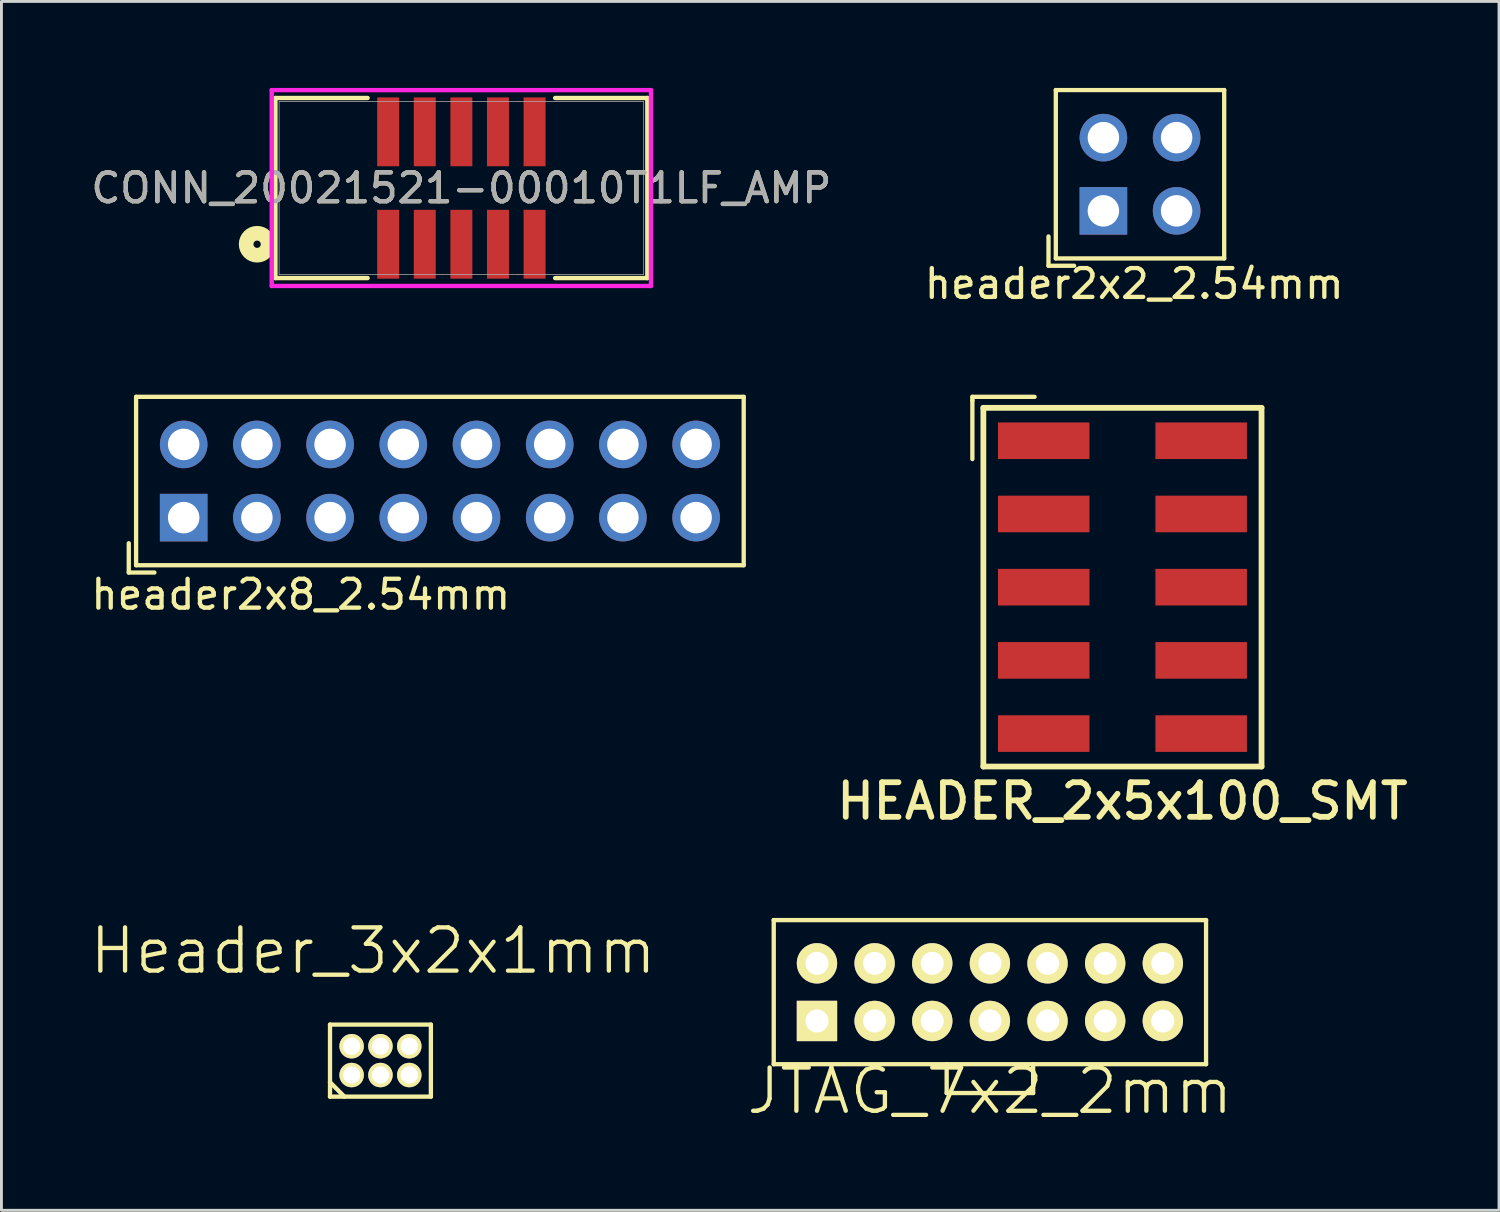
<source format=kicad_pcb>
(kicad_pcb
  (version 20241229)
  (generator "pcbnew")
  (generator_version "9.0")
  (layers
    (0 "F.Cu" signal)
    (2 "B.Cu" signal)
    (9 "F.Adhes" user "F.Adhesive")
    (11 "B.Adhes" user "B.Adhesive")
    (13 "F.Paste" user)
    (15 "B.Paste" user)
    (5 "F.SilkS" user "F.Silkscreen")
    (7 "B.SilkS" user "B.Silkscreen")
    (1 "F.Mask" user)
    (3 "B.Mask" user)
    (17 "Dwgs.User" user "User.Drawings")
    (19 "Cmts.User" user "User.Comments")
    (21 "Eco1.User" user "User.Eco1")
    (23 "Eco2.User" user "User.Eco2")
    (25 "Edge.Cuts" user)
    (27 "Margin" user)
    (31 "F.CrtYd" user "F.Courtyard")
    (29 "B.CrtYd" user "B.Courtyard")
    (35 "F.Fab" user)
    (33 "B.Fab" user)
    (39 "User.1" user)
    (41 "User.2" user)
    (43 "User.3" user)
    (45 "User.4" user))
  (footprint "HEADER_2x5x100_SMT"
    (layer "F.Cu")
    (at 35.895 17.323)
    (property "Reference" "HEADER_2x5x100_SMT" (at 0 7.423 0) (layer "F.SilkS") (effects (font (size 1.2 1.2) (thickness 0.2))))
    (attr through_hole)
    (fp_line (start -5.207 -6.604) (end -3.048 -6.604) (stroke (width 0.15) (type solid)) (layer "F.SilkS"))
    (fp_line (start -5.207 -6.477) (end -5.207 -6.604) (stroke (width 0.15) (type solid)) (layer "F.SilkS"))
    (fp_line (start -5.207 -4.445) (end -5.207 -6.477) (stroke (width 0.15) (type solid)) (layer "F.SilkS"))
    (fp_line (start -4.826 -6.223) (end -4.826 6.223) (stroke (width 0.2) (type solid)) (layer "F.SilkS"))
    (fp_line (start -4.826 6.223) (end 4.826 6.223) (stroke (width 0.2) (type solid)) (layer "F.SilkS"))
    (fp_line (start 4.826 -6.223) (end -4.826 -6.223) (stroke (width 0.2) (type solid)) (layer "F.SilkS"))
    (fp_line (start 4.826 6.223) (end 4.826 -6.223) (stroke (width 0.2) (type solid)) (layer "F.SilkS"))
    (pad "1" smd rect (at -2.731 -5.08) (size 3.175 1.27) (layers "F.Cu" "F.Mask" "F.Paste"))
    (pad "2" smd rect (at 2.731 -5.08) (size 3.175 1.27) (layers "F.Cu" "F.Mask" "F.Paste"))
    (pad "3" smd rect (at -2.731 -2.54) (size 3.175 1.27) (layers "F.Cu" "F.Mask" "F.Paste"))
    (pad "4" smd rect (at 2.731 -2.54) (size 3.175 1.27) (layers "F.Cu" "F.Mask" "F.Paste"))
    (pad "5" smd rect (at -2.731 0) (size 3.175 1.27) (layers "F.Cu" "F.Mask" "F.Paste"))
    (pad "6" smd rect (at 2.731 0) (size 3.175 1.27) (layers "F.Cu" "F.Mask" "F.Paste"))
    (pad "7" smd rect (at -2.731 2.54) (size 3.175 1.27) (layers "F.Cu" "F.Mask" "F.Paste"))
    (pad "8" smd rect (at 2.731 2.54) (size 3.175 1.27) (layers "F.Cu" "F.Mask" "F.Paste"))
    (pad "9" smd rect (at -2.731 5.08) (size 3.175 1.27) (layers "F.Cu" "F.Mask" "F.Paste"))
    (pad "10" smd rect (at 2.731 5.08) (size 3.175 1.27) (layers "F.Cu" "F.Mask" "F.Paste")))
  (footprint "JTAG_7x2_2mm"
    (layer "F.Cu")
    (at 31.296 31.374)
    (property "Reference" "JTAG_7x2_2mm" (at 0 3.429 0) (layer "F.SilkS") (effects (font (size 1.5 1.5) (thickness 0.15))))
    (attr through_hole)
    (fp_line (start -7.5 -2.5) (end 7.5 -2.5) (stroke (width 0.15) (type solid)) (layer "F.SilkS"))
    (fp_line (start -7.5 2.5) (end -7.5 -2.5) (stroke (width 0.15) (type solid)) (layer "F.SilkS"))
    (fp_line (start -1.5 2.5) (end -1.5 3.5) (stroke (width 0.15) (type solid)) (layer "F.SilkS"))
    (fp_line (start -1.5 3.5) (end 1.5 3.5) (stroke (width 0.15) (type solid)) (layer "F.SilkS"))
    (fp_line (start 1.5 3.5) (end 1.5 2.5) (stroke (width 0.15) (type solid)) (layer "F.SilkS"))
    (fp_line (start 7.5 -2.5) (end 7.5 2.5) (stroke (width 0.15) (type solid)) (layer "F.SilkS"))
    (fp_line (start 7.5 2.5) (end -7.5 2.5) (stroke (width 0.15) (type solid)) (layer "F.SilkS"))
    (pad "1" thru_hole rect (at -6 1) (size 1.4 1.4) (drill 0.8) (layers "*.Cu" "*.Mask" "F.SilkS"))
    (pad "2" thru_hole circle (at -6 -1) (size 1.4 1.4) (drill 0.8) (layers "*.Cu" "*.Mask" "F.SilkS"))
    (pad "3" thru_hole circle (at -4 1) (size 1.4 1.4) (drill 0.8) (layers "*.Cu" "*.Mask" "F.SilkS"))
    (pad "4" thru_hole circle (at -4 -1) (size 1.4 1.4) (drill 0.8) (layers "*.Cu" "*.Mask" "F.SilkS"))
    (pad "5" thru_hole circle (at -2 1) (size 1.4 1.4) (drill 0.8) (layers "*.Cu" "*.Mask" "F.SilkS"))
    (pad "6" thru_hole circle (at -2 -1) (size 1.4 1.4) (drill 0.8) (layers "*.Cu" "*.Mask" "F.SilkS"))
    (pad "7" thru_hole circle (at 0 1) (size 1.4 1.4) (drill 0.8) (layers "*.Cu" "*.Mask" "F.SilkS"))
    (pad "8" thru_hole circle (at 0 -1) (size 1.4 1.4) (drill 0.8) (layers "*.Cu" "*.Mask" "F.SilkS"))
    (pad "9" thru_hole circle (at 2 1) (size 1.4 1.4) (drill 0.8) (layers "*.Cu" "*.Mask" "F.SilkS"))
    (pad "10" thru_hole circle (at 2 -1) (size 1.4 1.4) (drill 0.8) (layers "*.Cu" "*.Mask" "F.SilkS"))
    (pad "11" thru_hole circle (at 4 1) (size 1.4 1.4) (drill 0.8) (layers "*.Cu" "*.Mask" "F.SilkS"))
    (pad "12" thru_hole circle (at 4 -1) (size 1.4 1.4) (drill 0.8) (layers "*.Cu" "*.Mask" "F.SilkS"))
    (pad "13" thru_hole circle (at 6 1) (size 1.4 1.4) (drill 0.8) (layers "*.Cu" "*.Mask" "F.SilkS"))
    (pad "14" thru_hole circle (at 6 -1) (size 1.4 1.4) (drill 0.8) (layers "*.Cu" "*.Mask" "F.SilkS")))
  (footprint "header2x8_2.54mm"
    (layer "F.Cu")
    (at 12.213 13.64)
    (property "Reference" "header2x8_2.54mm" (at -4.826 3.937 0) (layer "F.SilkS") (effects (font (size 1 1) (thickness 0.15))))
    (attr through_hole)
    (fp_line (start -10.795 2.159) (end -10.795 3.175) (stroke (width 0.15) (type solid)) (layer "F.SilkS"))
    (fp_line (start -10.795 3.175) (end -9.906 3.175) (stroke (width 0.15) (type solid)) (layer "F.SilkS"))
    (fp_line (start -10.541 -2.921) (end -10.541 2.921) (stroke (width 0.15) (type solid)) (layer "F.SilkS"))
    (fp_line (start -10.541 2.921) (end 10.541 2.921) (stroke (width 0.15) (type solid)) (layer "F.SilkS"))
    (fp_line (start 10.541 -2.921) (end -10.541 -2.921) (stroke (width 0.15) (type solid)) (layer "F.SilkS"))
    (fp_line (start 10.541 2.921) (end 10.541 -2.921) (stroke (width 0.15) (type solid)) (layer "F.SilkS"))
    (pad "1" thru_hole rect (at -8.89 1.27) (size 1.651 1.651) (drill 1.092) (layers "*.Cu" "*.Mask"))
    (pad "2" thru_hole circle (at -8.89 -1.27) (size 1.651 1.651) (drill 1.092) (layers "*.Cu" "*.Mask"))
    (pad "3" thru_hole circle (at -6.35 1.27) (size 1.651 1.651) (drill 1.092) (layers "*.Cu" "*.Mask"))
    (pad "4" thru_hole circle (at -6.35 -1.27) (size 1.651 1.651) (drill 1.092) (layers "*.Cu" "*.Mask"))
    (pad "5" thru_hole circle (at -3.81 1.27) (size 1.651 1.651) (drill 1.092) (layers "*.Cu" "*.Mask"))
    (pad "6" thru_hole circle (at -3.81 -1.27) (size 1.651 1.651) (drill 1.092) (layers "*.Cu" "*.Mask"))
    (pad "7" thru_hole circle (at -1.27 1.27) (size 1.651 1.651) (drill 1.092) (layers "*.Cu" "*.Mask"))
    (pad "8" thru_hole circle (at -1.27 -1.27) (size 1.651 1.651) (drill 1.092) (layers "*.Cu" "*.Mask"))
    (pad "9" thru_hole circle (at 1.27 1.27) (size 1.651 1.651) (drill 1.092) (layers "*.Cu" "*.Mask"))
    (pad "10" thru_hole circle (at 1.27 -1.27) (size 1.651 1.651) (drill 1.092) (layers "*.Cu" "*.Mask"))
    (pad "11" thru_hole circle (at 3.81 1.27) (size 1.651 1.651) (drill 1.092) (layers "*.Cu" "*.Mask"))
    (pad "12" thru_hole circle (at 3.81 -1.27) (size 1.651 1.651) (drill 1.092) (layers "*.Cu" "*.Mask"))
    (pad "13" thru_hole circle (at 6.35 1.27) (size 1.651 1.651) (drill 1.092) (layers "*.Cu" "*.Mask"))
    (pad "14" thru_hole circle (at 6.35 -1.27) (size 1.651 1.651) (drill 1.092) (layers "*.Cu" "*.Mask"))
    (pad "15" thru_hole circle (at 8.89 1.27) (size 1.651 1.651) (drill 1.092) (layers "*.Cu" "*.Mask"))
    (pad "16" thru_hole circle (at 8.89 -1.27) (size 1.651 1.651) (drill 1.092) (layers "*.Cu" "*.Mask")))
  (footprint "Header_3x2x1mm"
    (layer "F.Cu")
    (at 10.15 33.75)
    (property "Reference" "Header_3x2x1mm" (at -0.254 -3.81 0) (layer "F.SilkS") (effects (font (size 1.5 1.5) (thickness 0.15))))
    (attr through_hole)
    (fp_line (start -1.75 -1.25) (end 1.75 -1.25) (stroke (width 0.15) (type solid)) (layer "F.SilkS"))
    (fp_line (start -1.75 1.25) (end -1.75 -1.25) (stroke (width 0.15) (type solid)) (layer "F.SilkS"))
    (fp_line (start -1.25 1.25) (end -1.75 0.75) (stroke (width 0.15) (type solid)) (layer "F.SilkS"))
    (fp_line (start 1.75 -1.25) (end 1.75 1.25) (stroke (width 0.15) (type solid)) (layer "F.SilkS"))
    (fp_line (start 1.75 1.25) (end -1.75 1.25) (stroke (width 0.15) (type solid)) (layer "F.SilkS"))
    (pad "1" thru_hole circle (at -1 0.5) (size 0.85 0.85) (drill 0.6) (layers "*.Cu" "*.Mask" "F.SilkS"))
    (pad "2" thru_hole circle (at -1 -0.5) (size 0.85 0.85) (drill 0.6) (layers "*.Cu" "*.Mask" "F.SilkS"))
    (pad "3" thru_hole circle (at 0 0.5) (size 0.85 0.85) (drill 0.6) (layers "*.Cu" "*.Mask" "F.SilkS"))
    (pad "4" thru_hole circle (at 0 -0.5) (size 0.85 0.85) (drill 0.6) (layers "*.Cu" "*.Mask" "F.SilkS"))
    (pad "5" thru_hole circle (at 1 0.5) (size 0.85 0.85) (drill 0.6) (layers "*.Cu" "*.Mask" "F.SilkS"))
    (pad "6" thru_hole circle (at 1 -0.5) (size 0.85 0.85) (drill 0.6) (layers "*.Cu" "*.Mask" "F.SilkS")))
  (footprint "CONN_20021521-00010T1LF_AMP"
    (layer "F.Cu")
    (at 12.958 3.474)
    (property "Reference" "CONN_20021521-00010T1LF_AMP" (at 0 0 0) (unlocked yes) (layer "F.SilkS") (effects (font (size 1 1) (thickness 0.15))))
    (attr smd)
    (fp_line (start -6.452 -3.124) (end -6.452 3.124) (stroke (width 0.152) (type solid)) (layer "F.SilkS"))
    (fp_line (start -6.452 3.124) (end -3.254 3.124) (stroke (width 0.152) (type solid)) (layer "F.SilkS"))
    (fp_line (start -3.254 -3.124) (end -6.452 -3.124) (stroke (width 0.152) (type solid)) (layer "F.SilkS"))
    (fp_line (start 3.254 3.124) (end 6.452 3.124) (stroke (width 0.152) (type solid)) (layer "F.SilkS"))
    (fp_line (start 6.452 -3.124) (end 3.254 -3.124) (stroke (width 0.152) (type solid)) (layer "F.SilkS"))
    (fp_line (start 6.452 3.124) (end 6.452 -3.124) (stroke (width 0.152) (type solid)) (layer "F.SilkS"))
    (fp_circle (center -7.087 1.95) (end -6.706 1.95) (stroke (width 0.508) (type solid)) (fill no) (layer "F.SilkS"))
    (fp_line (start -6.579 -3.398) (end -6.579 3.398) (stroke (width 0.152) (type solid)) (layer "F.CrtYd"))
    (fp_line (start -6.579 3.398) (end 6.579 3.398) (stroke (width 0.152) (type solid)) (layer "F.CrtYd"))
    (fp_line (start 6.579 -3.398) (end -6.579 -3.398) (stroke (width 0.152) (type solid)) (layer "F.CrtYd"))
    (fp_line (start 6.579 3.398) (end 6.579 -3.398) (stroke (width 0.152) (type solid)) (layer "F.CrtYd"))
    (fp_line (start -6.325 -2.997) (end -6.325 2.997) (stroke (width 0.025) (type solid)) (layer "F.Fab"))
    (fp_line (start -6.325 2.997) (end 6.325 2.997) (stroke (width 0.025) (type solid)) (layer "F.Fab"))
    (fp_line (start 6.325 -2.997) (end -6.325 -2.997) (stroke (width 0.025) (type solid)) (layer "F.Fab"))
    (fp_line (start 6.325 2.997) (end 6.325 -2.997) (stroke (width 0.025) (type solid)) (layer "F.Fab"))
    (fp_text user "${REFERENCE}" (at 0 0 0) (unlocked yes) (layer "F.Fab") (effects (font (size 1 1) (thickness 0.15))))
    (pad "1" smd rect (at -2.54 1.95) (size 0.762 2.388) (layers "F.Cu" "F.Mask" "F.Paste"))
    (pad "2" smd rect (at -2.54 -1.95) (size 0.762 2.388) (layers "F.Cu" "F.Mask" "F.Paste"))
    (pad "3" smd rect (at -1.27 1.95) (size 0.762 2.388) (layers "F.Cu" "F.Mask" "F.Paste"))
    (pad "4" smd rect (at -1.27 -1.95) (size 0.762 2.388) (layers "F.Cu" "F.Mask" "F.Paste"))
    (pad "5" smd rect (at 0 1.95) (size 0.762 2.388) (layers "F.Cu" "F.Mask" "F.Paste"))
    (pad "6" smd rect (at 0 -1.95) (size 0.762 2.388) (layers "F.Cu" "F.Mask" "F.Paste"))
    (pad "7" smd rect (at 1.27 1.95) (size 0.762 2.388) (layers "F.Cu" "F.Mask" "F.Paste"))
    (pad "8" smd rect (at 1.27 -1.95) (size 0.762 2.388) (layers "F.Cu" "F.Mask" "F.Paste"))
    (pad "9" smd rect (at 2.54 1.95) (size 0.762 2.388) (layers "F.Cu" "F.Mask" "F.Paste"))
    (pad "10" smd rect (at 2.54 -1.95) (size 0.762 2.388) (layers "F.Cu" "F.Mask" "F.Paste")))
  (footprint "header2x2_2.54mm"
    (layer "F.Cu")
    (at 36.504 2.996)
    (property "Reference" "header2x2_2.54mm" (at -0.2 3.8 0) (layer "F.SilkS") (effects (font (size 1 1) (thickness 0.15))))
    (attr through_hole)
    (fp_line (start -3.175 2.159) (end -3.175 3.175) (stroke (width 0.15) (type solid)) (layer "F.SilkS"))
    (fp_line (start -3.175 3.175) (end -2.286 3.175) (stroke (width 0.15) (type solid)) (layer "F.SilkS"))
    (fp_line (start -2.921 -2.921) (end -2.921 2.921) (stroke (width 0.15) (type solid)) (layer "F.SilkS"))
    (fp_line (start -2.921 2.921) (end 2.921 2.921) (stroke (width 0.15) (type solid)) (layer "F.SilkS"))
    (fp_line (start 2.921 -2.921) (end -2.921 -2.921) (stroke (width 0.15) (type solid)) (layer "F.SilkS"))
    (fp_line (start 2.921 2.921) (end 2.921 -2.921) (stroke (width 0.15) (type solid)) (layer "F.SilkS"))
    (pad "1" thru_hole rect (at -1.27 1.27) (size 1.651 1.651) (drill 1.092) (layers "*.Cu" "*.Mask"))
    (pad "2" thru_hole circle (at -1.27 -1.27) (size 1.651 1.651) (drill 1.092) (layers "*.Cu" "*.Mask"))
    (pad "3" thru_hole circle (at 1.27 1.27) (size 1.651 1.651) (drill 1.092) (layers "*.Cu" "*.Mask"))
    (pad "4" thru_hole circle (at 1.27 -1.27) (size 1.651 1.651) (drill 1.092) (layers "*.Cu" "*.Mask")))
  (gr_rect
    (start -3 -3)
    (end 48.96 38.944)
    (stroke (width 0.1) (type default))
    (fill no)
    (layer "Edge.Cuts")))
</source>
